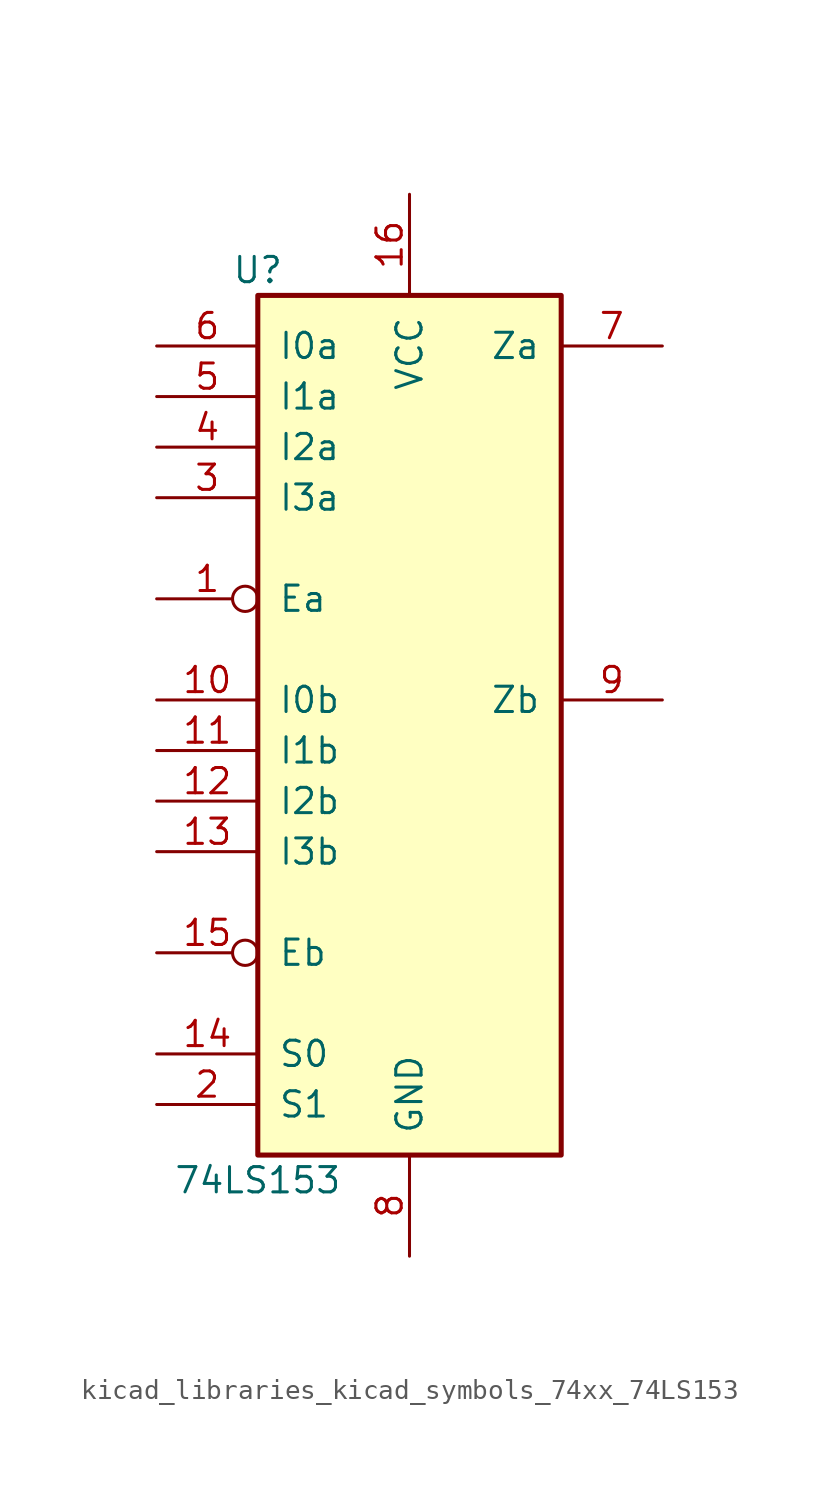
<source format=kicad_sym>
(kicad_symbol_lib
  (version 20220914)
  (generator kicad_symbol_editor)
  (symbol "kicad_libraries_kicad_symbols_74xx_74LS153"
    (pin_names
      (offset 1.016))
    (property "Reference" "U"
      (at -7.62 21.59 0)
      (effects (font (size 1.27 1.27))))
    (property "Value" "74LS153"
      (at -7.62 -24.13 0)
      (effects (font (size 1.27 1.27))))
    (property "ki_locked" ""
      (at 0 0 0)
      (effects (font (size 1.27 1.27))))
    (symbol "kicad_libraries_kicad_symbols_74xx_74LS153_1_0"
      (pin input inverted (at -12.7 5.08 0) (length 5.08) (name "Ea" (effects (font (size 1.27 1.27)))) (number "1" (effects (font (size 1.27 1.27)))))
      (pin input line (at -12.7 0 0) (length 5.08) (name "I0b" (effects (font (size 1.27 1.27)))) (number "10" (effects (font (size 1.27 1.27)))))
      (pin input line (at -12.7 -2.54 0) (length 5.08) (name "I1b" (effects (font (size 1.27 1.27)))) (number "11" (effects (font (size 1.27 1.27)))))
      (pin input line (at -12.7 -5.08 0) (length 5.08) (name "I2b" (effects (font (size 1.27 1.27)))) (number "12" (effects (font (size 1.27 1.27)))))
      (pin input line (at -12.7 -7.62 0) (length 5.08) (name "I3b" (effects (font (size 1.27 1.27)))) (number "13" (effects (font (size 1.27 1.27)))))
      (pin input line (at -12.7 -17.78 0) (length 5.08) (name "S0" (effects (font (size 1.27 1.27)))) (number "14" (effects (font (size 1.27 1.27)))))
      (pin input inverted (at -12.7 -12.7 0) (length 5.08) (name "Eb" (effects (font (size 1.27 1.27)))) (number "15" (effects (font (size 1.27 1.27)))))
      (pin power_in line (at 0 25.4 270) (length 5.08) (name "VCC" (effects (font (size 1.27 1.27)))) (number "16" (effects (font (size 1.27 1.27)))))
      (pin input line (at -12.7 -20.32 0) (length 5.08) (name "S1" (effects (font (size 1.27 1.27)))) (number "2" (effects (font (size 1.27 1.27)))))
      (pin input line (at -12.7 10.16 0) (length 5.08) (name "I3a" (effects (font (size 1.27 1.27)))) (number "3" (effects (font (size 1.27 1.27)))))
      (pin input line (at -12.7 12.7 0) (length 5.08) (name "I2a" (effects (font (size 1.27 1.27)))) (number "4" (effects (font (size 1.27 1.27)))))
      (pin input line (at -12.7 15.24 0) (length 5.08) (name "I1a" (effects (font (size 1.27 1.27)))) (number "5" (effects (font (size 1.27 1.27)))))
      (pin input line (at -12.7 17.78 0) (length 5.08) (name "I0a" (effects (font (size 1.27 1.27)))) (number "6" (effects (font (size 1.27 1.27)))))
      (pin output line (at 12.7 17.78 180) (length 5.08) (name "Za" (effects (font (size 1.27 1.27)))) (number "7" (effects (font (size 1.27 1.27)))))
      (pin power_in line (at 0 -27.94 90) (length 5.08) (name "GND" (effects (font (size 1.27 1.27)))) (number "8" (effects (font (size 1.27 1.27)))))
      (pin output line (at 12.7 0 180) (length 5.08) (name "Zb" (effects (font (size 1.27 1.27)))) (number "9" (effects (font (size 1.27 1.27))))))
    (symbol "kicad_libraries_kicad_symbols_74xx_74LS153_1_1"
      (rectangle (start -7.62 20.32) (end 7.62 -22.86) (stroke (width 0.254) (type default)) (fill (type background))))))
</source>
